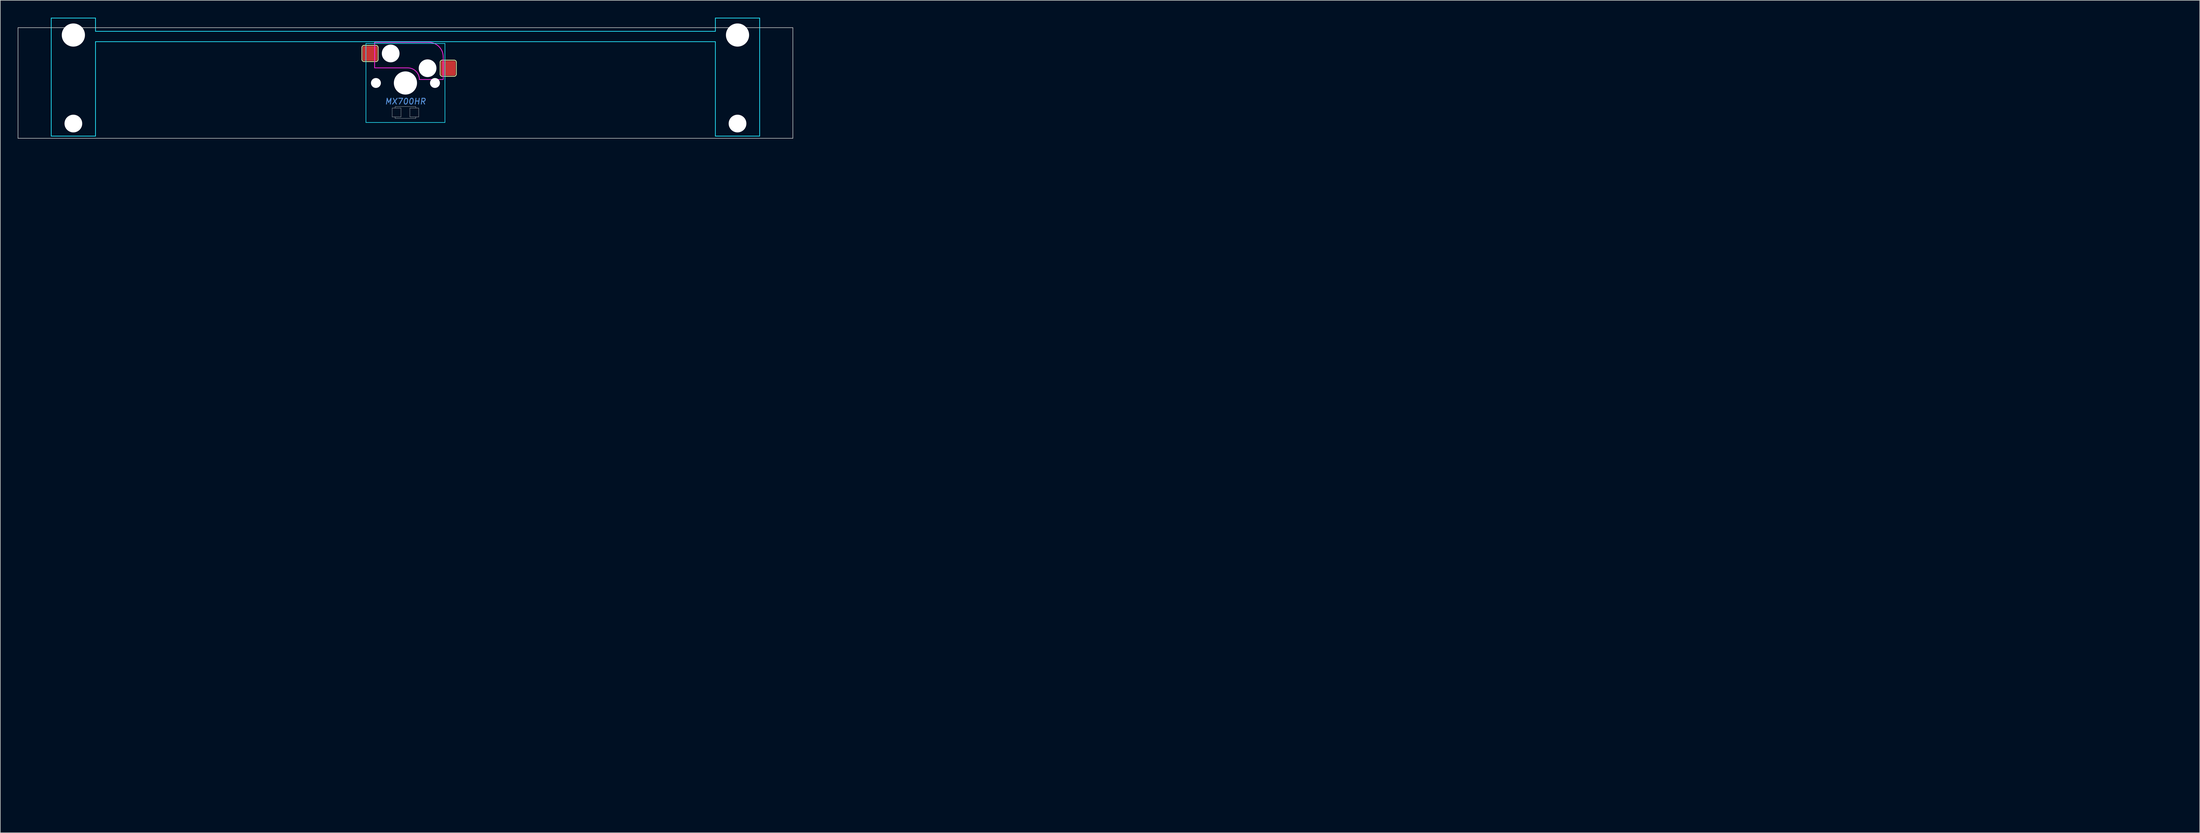
<source format=kicad_pcb>
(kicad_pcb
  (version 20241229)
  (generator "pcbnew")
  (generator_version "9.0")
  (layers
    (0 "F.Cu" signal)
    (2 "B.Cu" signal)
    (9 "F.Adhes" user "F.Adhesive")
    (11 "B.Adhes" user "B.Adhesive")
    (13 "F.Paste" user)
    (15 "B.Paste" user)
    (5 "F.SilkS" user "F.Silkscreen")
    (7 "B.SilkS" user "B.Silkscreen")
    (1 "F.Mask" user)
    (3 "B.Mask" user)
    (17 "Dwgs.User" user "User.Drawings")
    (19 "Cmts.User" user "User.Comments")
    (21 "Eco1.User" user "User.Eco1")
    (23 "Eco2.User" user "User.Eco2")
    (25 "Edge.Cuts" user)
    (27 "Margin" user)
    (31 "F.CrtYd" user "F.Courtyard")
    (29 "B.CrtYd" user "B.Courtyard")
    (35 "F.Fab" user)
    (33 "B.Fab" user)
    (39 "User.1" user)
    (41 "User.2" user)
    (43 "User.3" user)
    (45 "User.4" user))
  (footprint "MX700HR"
    (layer "F.Cu")
    (at 66.725 11.236)
    (property "Reference" "MX700HR" (at 0 3.175 0) (layer "Cmts.User") (effects (font (size 1 1) (thickness 0.15) (italic yes))))
    (attr smd)
    (fp_line (start -7.493 -6.096) (end -7.493 -4.064) (stroke (width 0.127) (type solid)) (layer "F.SilkS"))
    (fp_line (start -7.112 -3.683) (end -5.08 -3.683) (stroke (width 0.127) (type solid)) (layer "F.SilkS"))
    (fp_line (start -5.08 -6.477) (end -7.112 -6.477) (stroke (width 0.127) (type solid)) (layer "F.SilkS"))
    (fp_line (start -4.699 -4.064) (end -4.699 -6.096) (stroke (width 0.127) (type solid)) (layer "F.SilkS"))
    (fp_line (start 5.969 -3.556) (end 5.969 -1.524) (stroke (width 0.127) (type solid)) (layer "F.SilkS"))
    (fp_line (start 6.35 -1.143) (end 8.382 -1.143) (stroke (width 0.127) (type solid)) (layer "F.SilkS"))
    (fp_line (start 8.382 -3.937) (end 6.35 -3.937) (stroke (width 0.127) (type solid)) (layer "F.SilkS"))
    (fp_line (start 8.763 -1.524) (end 8.763 -3.556) (stroke (width 0.127) (type solid)) (layer "F.SilkS"))
    (fp_arc (start -7.493 -6.096) (mid -7.381408 -6.365408) (end -7.112 -6.477) (stroke (width 0.127) (type solid)) (layer "F.SilkS"))
    (fp_arc (start -7.112 -3.683) (mid -7.381408 -3.794592) (end -7.493 -4.064) (stroke (width 0.127) (type solid)) (layer "F.SilkS"))
    (fp_arc (start -5.08 -6.477) (mid -4.810592 -6.365408) (end -4.699 -6.096) (stroke (width 0.127) (type solid)) (layer "F.SilkS"))
    (fp_arc (start -4.699 -4.064) (mid -4.810592 -3.794592) (end -5.08 -3.683) (stroke (width 0.127) (type solid)) (layer "F.SilkS"))
    (fp_arc (start 5.969 -3.556) (mid 6.080592 -3.825408) (end 6.35 -3.937) (stroke (width 0.127) (type solid)) (layer "F.SilkS"))
    (fp_arc (start 6.35 -1.143) (mid 6.080592 -1.254592) (end 5.969 -1.524) (stroke (width 0.127) (type solid)) (layer "F.SilkS"))
    (fp_arc (start 8.382 -3.937) (mid 8.651408 -3.825408) (end 8.763 -3.556) (stroke (width 0.127) (type solid)) (layer "F.SilkS"))
    (fp_arc (start 8.763 -1.524) (mid 8.651408 -1.254592) (end 8.382 -1.143) (stroke (width 0.127) (type solid)) (layer "F.SilkS"))
    (fp_line (start -66.675 -9.525) (end -66.675 9.525) (stroke (width 0.1) (type solid)) (layer "Dwgs.User"))
    (fp_line (start -66.675 -9.525) (end 66.675 -9.525) (stroke (width 0.1) (type solid)) (layer "Dwgs.User"))
    (fp_line (start -66.675 9.525) (end 66.675 9.525) (stroke (width 0.1) (type solid)) (layer "Dwgs.User"))
    (fp_line (start -2.286 4.318) (end -0.762 4.318) (stroke (width 0.051) (type solid)) (layer "Dwgs.User"))
    (fp_line (start -2.286 5.842) (end -2.286 4.318) (stroke (width 0.051) (type solid)) (layer "Dwgs.User"))
    (fp_line (start -1.778 4.064) (end 1.778 4.064) (stroke (width 0.051) (type solid)) (layer "Dwgs.User"))
    (fp_line (start -1.778 4.318) (end -1.778 4.064) (stroke (width 0.051) (type solid)) (layer "Dwgs.User"))
    (fp_line (start -1.778 6.096) (end -1.778 5.842) (stroke (width 0.051) (type solid)) (layer "Dwgs.User"))
    (fp_line (start -0.762 4.318) (end -0.762 5.842) (stroke (width 0.051) (type solid)) (layer "Dwgs.User"))
    (fp_line (start -0.762 5.842) (end -2.286 5.842) (stroke (width 0.051) (type solid)) (layer "Dwgs.User"))
    (fp_line (start 0.762 4.318) (end 2.286 4.318) (stroke (width 0.051) (type solid)) (layer "Dwgs.User"))
    (fp_line (start 0.762 5.842) (end 0.762 4.318) (stroke (width 0.051) (type solid)) (layer "Dwgs.User"))
    (fp_line (start 1.778 4.064) (end 1.778 4.318) (stroke (width 0.051) (type solid)) (layer "Dwgs.User"))
    (fp_line (start 1.778 5.842) (end 1.778 6.096) (stroke (width 0.051) (type solid)) (layer "Dwgs.User"))
    (fp_line (start 1.778 6.096) (end -1.778 6.096) (stroke (width 0.051) (type solid)) (layer "Dwgs.User"))
    (fp_line (start 2.286 4.318) (end 2.286 5.842) (stroke (width 0.051) (type solid)) (layer "Dwgs.User"))
    (fp_line (start 2.286 5.842) (end 0.762 5.842) (stroke (width 0.051) (type solid)) (layer "Dwgs.User"))
    (fp_line (start 66.675 -9.525) (end 66.675 9.525) (stroke (width 0.1) (type solid)) (layer "Dwgs.User"))
    (fp_line (start -61.341 0.509) (end -60.325 0.509) (stroke (width 0.1) (type solid)) (layer "Eco1.User"))
    (fp_line (start -61.341 3.303) (end -61.341 0.509) (stroke (width 0.1) (type solid)) (layer "Eco1.User"))
    (fp_line (start -60.325 0.509) (end -60.325 -6.603) (stroke (width 0.1) (type solid)) (layer "Eco1.User"))
    (fp_line (start -60.325 3.303) (end -61.341 3.303) (stroke (width 0.1) (type solid)) (layer "Eco1.User"))
    (fp_line (start -60.325 -6.603) (end -58.522 -6.603) (stroke (width 0.1) (type solid)) (layer "Eco1.User"))
    (fp_line (start -60.325 5.69) (end -60.325 3.303) (stroke (width 0.1) (type solid)) (layer "Eco1.User"))
    (fp_line (start -58.522 -7.772) (end -55.474 -7.772) (stroke (width 0.1) (type solid)) (layer "Eco1.User"))
    (fp_line (start -58.522 -6.603) (end -58.522 -7.772) (stroke (width 0.1) (type solid)) (layer "Eco1.User"))
    (fp_line (start -55.474 -7.772) (end -55.474 -6.603) (stroke (width 0.1) (type solid)) (layer "Eco1.User"))
    (fp_line (start -55.474 -6.603) (end -53.67 -6.603) (stroke (width 0.1) (type solid)) (layer "Eco1.User"))
    (fp_line (start -53.67 -2.286) (end -6.985 -2.286) (stroke (width 0.1) (type solid)) (layer "Eco1.User"))
    (fp_line (start -53.67 5.69) (end -60.325 5.69) (stroke (width 0.1) (type solid)) (layer "Eco1.User"))
    (fp_line (start -53.67 -6.603) (end -53.67 -2.286) (stroke (width 0.1) (type solid)) (layer "Eco1.User"))
    (fp_line (start -53.67 2.286) (end -53.67 5.69) (stroke (width 0.1) (type solid)) (layer "Eco1.User"))
    (fp_line (start -7 7) (end -6.985 2.286) (stroke (width 0.1) (type solid)) (layer "Eco1.User"))
    (fp_line (start -6.985 -2.286) (end -6.985 -6.985) (stroke (width 0.1) (type solid)) (layer "Eco1.User"))
    (fp_line (start -6.985 -6.985) (end 7 -7) (stroke (width 0.1) (type solid)) (layer "Eco1.User"))
    (fp_line (start -6.985 2.286) (end -53.67 2.286) (stroke (width 0.1) (type solid)) (layer "Eco1.User"))
    (fp_line (start -0.941 0.000054) (end 0.941 -0.000002) (stroke (width 0.1) (type solid)) (layer "Eco1.User"))
    (fp_line (start 0 0.941) (end -0.000056 -0.941) (stroke (width 0.1) (type solid)) (layer "Eco1.User"))
    (fp_line (start 0 15.765) (end 0 15.765) (stroke (width 0.1) (type solid)) (layer "Eco1.User"))
    (fp_line (start 0 15.765) (end 0 15.765) (stroke (width 0.1) (type solid)) (layer "Eco1.User"))
    (fp_line (start 0 15.765) (end 0 15.765) (stroke (width 0.1) (type solid)) (layer "Eco1.User"))
    (fp_line (start 6.985 -2.286) (end 53.67 -2.286) (stroke (width 0.1) (type solid)) (layer "Eco1.User"))
    (fp_line (start 6.985 2.286) (end 7 7) (stroke (width 0.1) (type solid)) (layer "Eco1.User"))
    (fp_line (start 7 -7) (end 6.985 -2.286) (stroke (width 0.1) (type solid)) (layer "Eco1.User"))
    (fp_line (start 7 7) (end -7 7) (stroke (width 0.1) (type solid)) (layer "Eco1.User"))
    (fp_line (start 53.67 -6.603) (end 55.473 -6.603) (stroke (width 0.1) (type solid)) (layer "Eco1.User"))
    (fp_line (start 53.67 -2.286) (end 53.67 -6.603) (stroke (width 0.1) (type solid)) (layer "Eco1.User"))
    (fp_line (start 53.67 2.286) (end 6.985 2.286) (stroke (width 0.1) (type solid)) (layer "Eco1.User"))
    (fp_line (start 53.67 5.69) (end 53.67 2.286) (stroke (width 0.1) (type solid)) (layer "Eco1.User"))
    (fp_line (start 55.473 -7.772) (end 58.521 -7.772) (stroke (width 0.1) (type solid)) (layer "Eco1.User"))
    (fp_line (start 55.473 -6.603) (end 55.473 -7.772) (stroke (width 0.1) (type solid)) (layer "Eco1.User"))
    (fp_line (start 58.521 -7.772) (end 58.521 -6.603) (stroke (width 0.1) (type solid)) (layer "Eco1.User"))
    (fp_line (start 58.521 -6.603) (end 60.325 -6.603) (stroke (width 0.1) (type solid)) (layer "Eco1.User"))
    (fp_line (start 60.325 -6.603) (end 60.325 0.509) (stroke (width 0.1) (type solid)) (layer "Eco1.User"))
    (fp_line (start 60.325 5.69) (end 53.67 5.69) (stroke (width 0.1) (type solid)) (layer "Eco1.User"))
    (fp_line (start 60.325 0.509) (end 61.341 0.509) (stroke (width 0.1) (type solid)) (layer "Eco1.User"))
    (fp_line (start 60.325 3.303) (end 60.325 5.69) (stroke (width 0.1) (type solid)) (layer "Eco1.User"))
    (fp_line (start 61.341 0.509) (end 61.341 3.303) (stroke (width 0.1) (type solid)) (layer "Eco1.User"))
    (fp_line (start 61.341 3.303) (end 60.325 3.303) (stroke (width 0.1) (type solid)) (layer "Eco1.User"))
    (fp_line (start 304.8 124.154) (end 304.8 126.036) (stroke (width 0.1) (type solid)) (layer "Eco1.User"))
    (fp_line (start 305.741 125.095) (end 303.859 125.095) (stroke (width 0.1) (type solid)) (layer "Eco1.User"))
    (fp_line (start -60.96 -11.176) (end -60.96 9.144) (stroke (width 0.12) (type solid)) (layer "B.CrtYd"))
    (fp_line (start -60.96 -11.176) (end -53.34 -11.176) (stroke (width 0.12) (type solid)) (layer "B.CrtYd"))
    (fp_line (start -60.96 9.144) (end -53.34 9.144) (stroke (width 0.12) (type solid)) (layer "B.CrtYd"))
    (fp_line (start -53.34 -11.176) (end -53.34 -8.89) (stroke (width 0.12) (type solid)) (layer "B.CrtYd"))
    (fp_line (start -53.34 -7.112) (end -53.34 9.144) (stroke (width 0.12) (type solid)) (layer "B.CrtYd"))
    (fp_line (start -6.8 -6.8) (end -6.8 6.8) (stroke (width 0.1) (type solid)) (layer "B.CrtYd"))
    (fp_line (start 6.8 -6.8) (end -6.8 -6.8) (stroke (width 0.1) (type solid)) (layer "B.CrtYd"))
    (fp_line (start 6.8 -6.8) (end 6.8 6.8) (stroke (width 0.1) (type solid)) (layer "B.CrtYd"))
    (fp_line (start 6.8 6.8) (end -6.8 6.8) (stroke (width 0.1) (type solid)) (layer "B.CrtYd"))
    (fp_line (start 53.34 -11.176) (end 53.34 -8.89) (stroke (width 0.12) (type solid)) (layer "B.CrtYd"))
    (fp_line (start 53.34 -8.89) (end -53.34 -8.89) (stroke (width 0.12) (type solid)) (layer "B.CrtYd"))
    (fp_line (start 53.34 -7.112) (end -53.34 -7.112) (stroke (width 0.12) (type solid)) (layer "B.CrtYd"))
    (fp_line (start 53.34 -7.112) (end 53.34 9.144) (stroke (width 0.12) (type solid)) (layer "B.CrtYd"))
    (fp_line (start 60.96 -11.176) (end 53.34 -11.176) (stroke (width 0.12) (type solid)) (layer "B.CrtYd"))
    (fp_line (start 60.96 -11.176) (end 60.96 9.144) (stroke (width 0.12) (type solid)) (layer "B.CrtYd"))
    (fp_line (start 60.96 9.144) (end 53.34 9.144) (stroke (width 0.12) (type solid)) (layer "B.CrtYd"))
    (fp_line (start -5.3 -7) (end -5.3 -2.6) (stroke (width 0.127) (type solid)) (layer "F.CrtYd"))
    (fp_line (start -5.2 -7) (end -5.3 -7) (stroke (width 0.12) (type solid)) (layer "F.CrtYd"))
    (fp_line (start 0.4 -2.6) (end -5.3 -2.6) (stroke (width 0.127) (type solid)) (layer "F.CrtYd"))
    (fp_line (start 4 -7) (end -5.2 -7) (stroke (width 0.12) (type solid)) (layer "F.CrtYd"))
    (fp_line (start 6.5 -4.5) (end 6.5 -0.6) (stroke (width 0.12) (type solid)) (layer "F.CrtYd"))
    (fp_line (start 6.5 -0.6) (end 2.4 -0.6) (stroke (width 0.12) (type solid)) (layer "F.CrtYd"))
    (fp_arc (start 0.4 -2.6) (mid 1.814214 -2.014214) (end 2.4 -0.6) (stroke (width 0.127) (type solid)) (layer "F.CrtYd"))
    (fp_arc (start 4 -7) (mid 5.767767 -6.267767) (end 6.5 -4.5) (stroke (width 0.127) (type solid)) (layer "F.CrtYd"))
    (pad "" np_thru_hole circle (at -57.15 -8.255 180) (size 3.988 3.988) (drill 3.988) (layers "*.Cu" "*.Mask"))
    (pad "" np_thru_hole circle (at -57.15 6.985 180) (size 3.048 3.048) (drill 3.048) (layers "*.Cu" "*.Mask"))
    (pad "" np_thru_hole circle (at -5.08 0) (size 1.702 1.702) (drill 1.702) (layers "*.Cu" "*.Mask"))
    (pad "" np_thru_hole circle (at -2.54 -5.08) (size 3.048 3.048) (drill 3.048) (layers "*.Cu" "*.Mask"))
    (pad "" np_thru_hole circle (at 0 0) (size 3.988 3.988) (drill 3.988) (layers "*.Cu" "*.Mask"))
    (pad "" np_thru_hole circle (at 3.81 -2.54) (size 3.048 3.048) (drill 3.048) (layers "*.Cu" "*.Mask"))
    (pad "" np_thru_hole circle (at 5.08 0) (size 1.702 1.702) (drill 1.702) (layers "*.Cu" "*.Mask"))
    (pad "" np_thru_hole circle (at 57.15 -8.255 180) (size 3.988 3.988) (drill 3.988) (layers "*.Cu" "*.Mask"))
    (pad "" np_thru_hole circle (at 57.15 6.985 180) (size 3.048 3.048) (drill 3.048) (layers "*.Cu" "*.Mask"))
    (pad "1" smd roundrect (at -6.096 -5.08) (size 2.54 2.54) (layers "F.Cu" "F.Mask") (roundrect_rratio 0.1))
    (pad "2" smd roundrect (at 7.366 -2.54) (size 2.54 2.54) (layers "F.Cu" "F.Mask") (roundrect_rratio 0.1)))
  (gr_rect
    (start -3 -3)
    (end 375.516 140.322)
    (stroke (width 0.1) (type default))
    (fill no)
    (layer "Edge.Cuts")))
</source>
